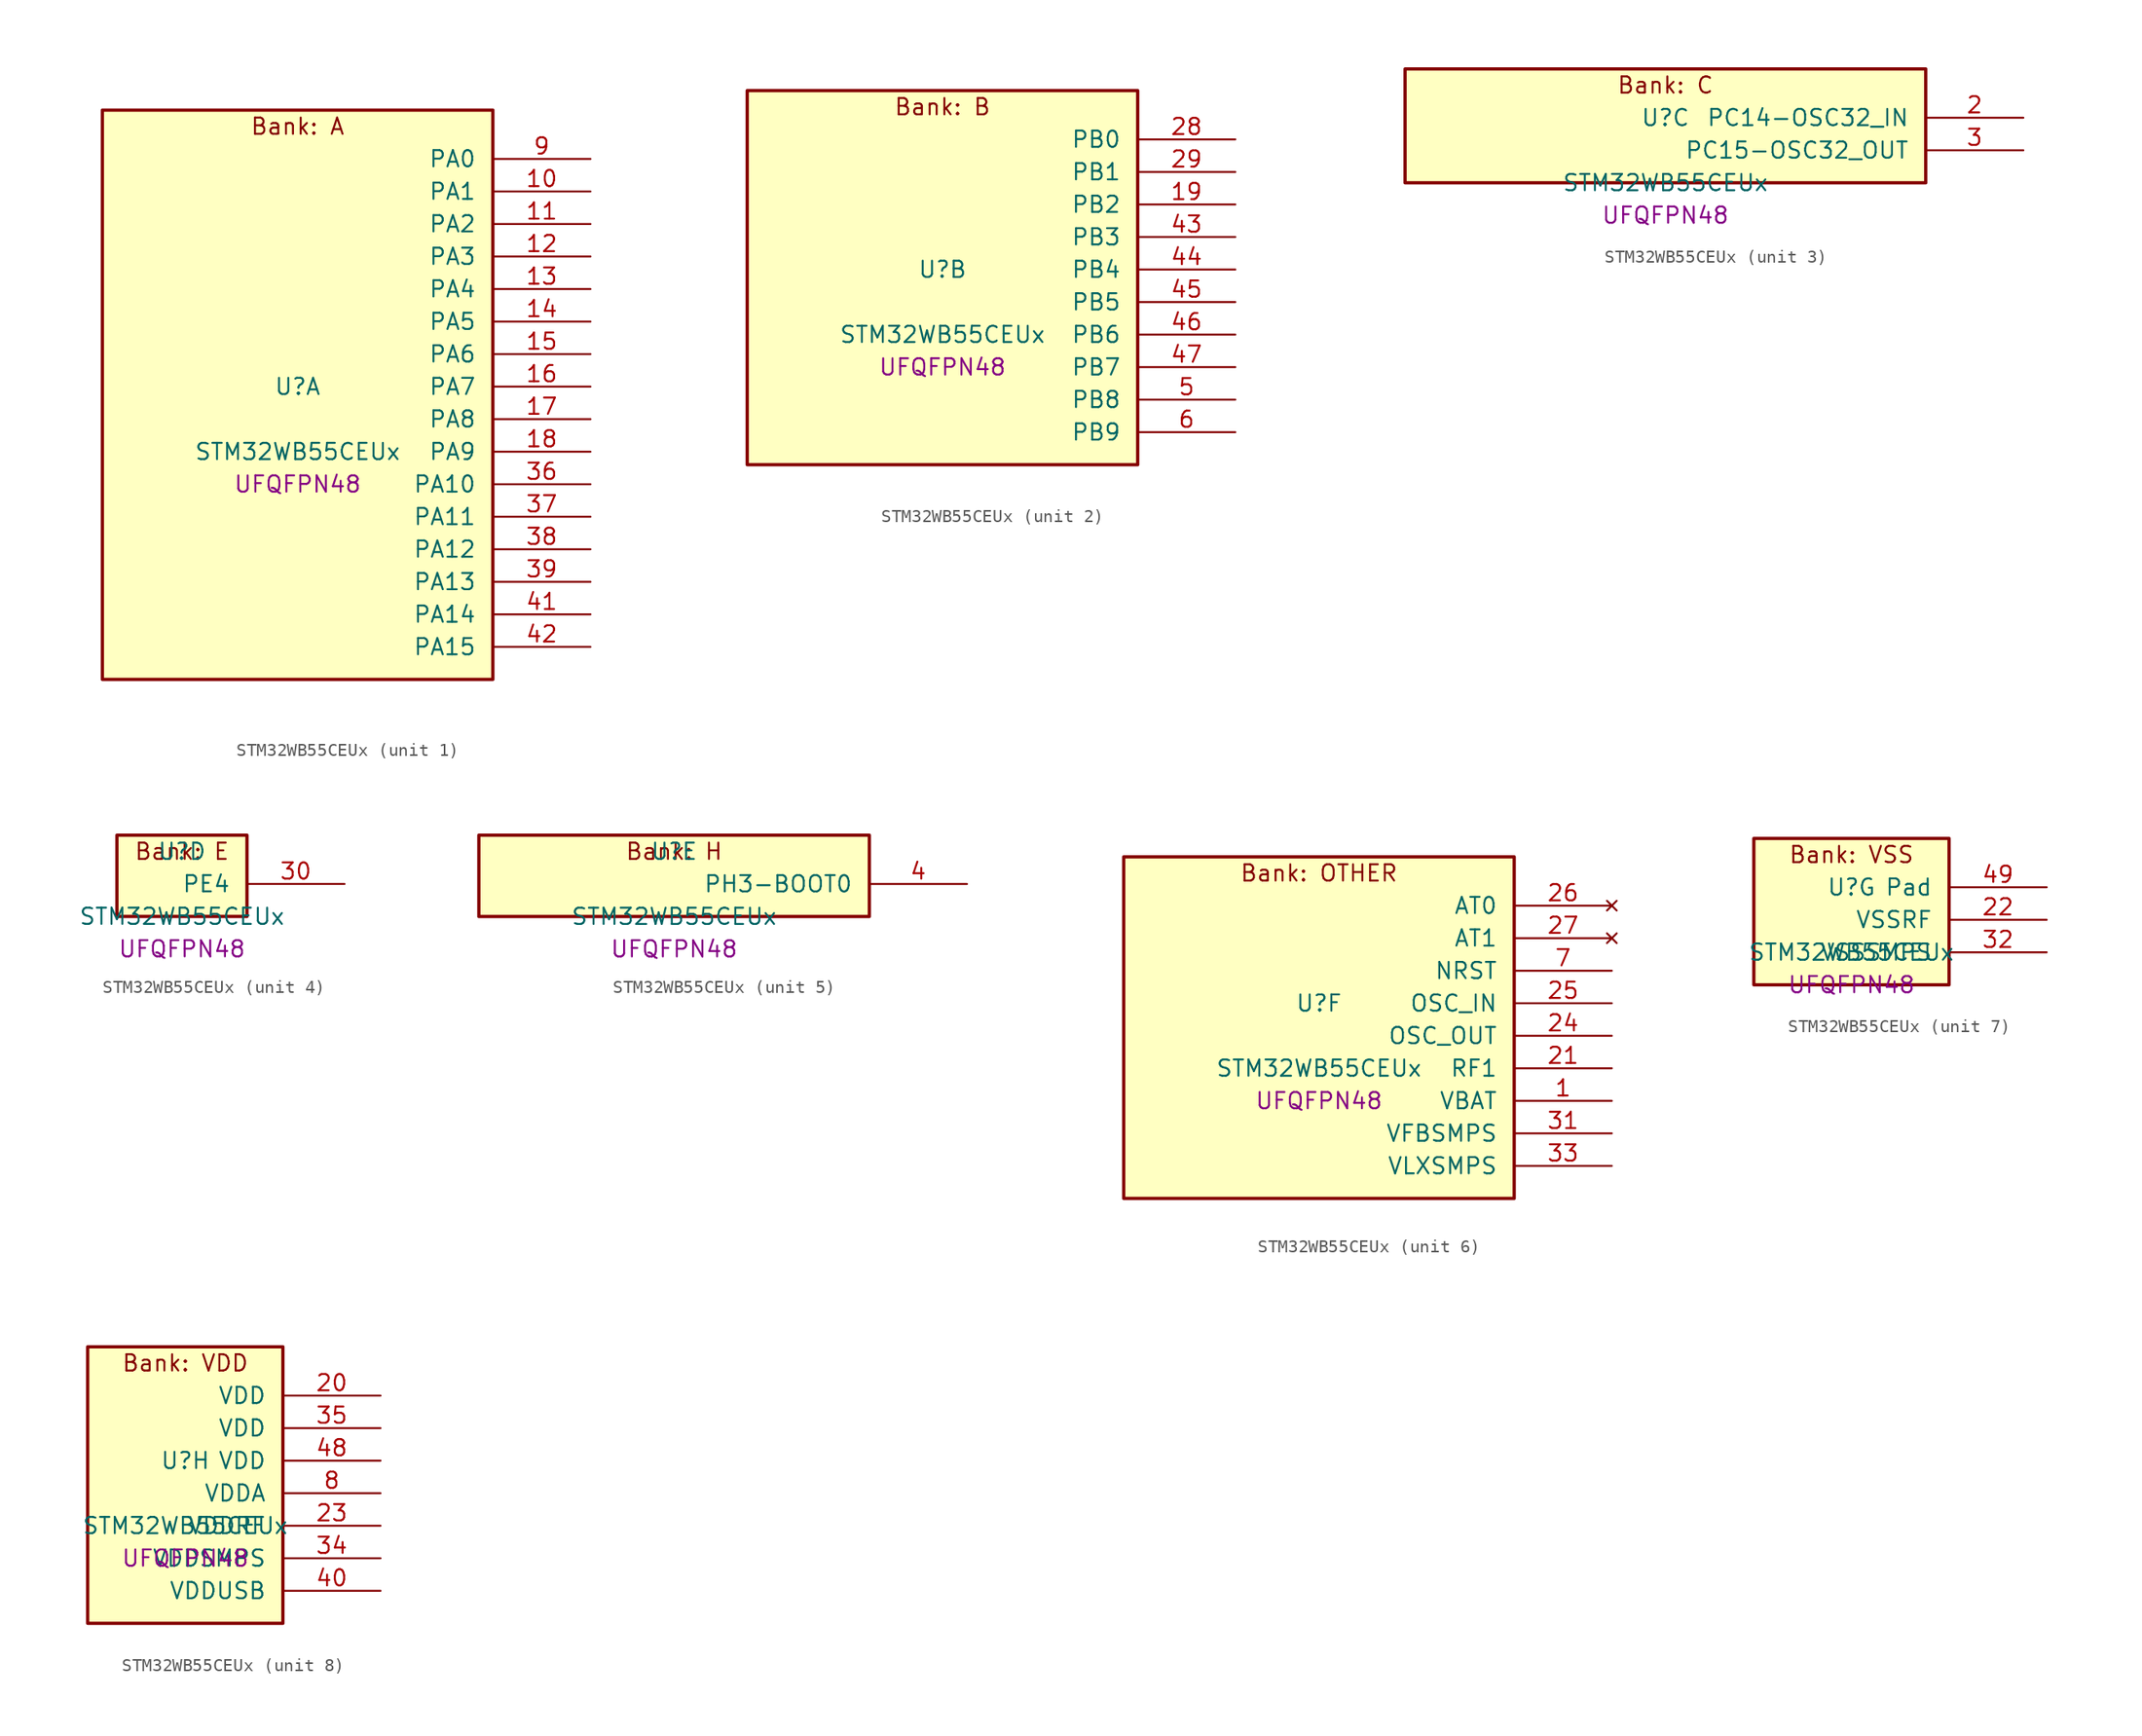
<source format=kicad_sym>
(kicad_symbol_lib
  (version 20241209)
  (generator "stm32_pkl_generator")
  (generator_version "1.0")
  (symbol "STM32WB55CEUx"
    (pin_names
      (offset 1.27))
    (property "Reference" "U"
      (at 0 2.54 0))
    (property "Value" "STM32WB55CEUx"
      (at 0 -2.54 0))
    (property "Footprint" "UFQFPN48"
      (at 0 -5.08 0))
    (symbol "STM32WB55CEUx_1_1"
      (rectangle (start -15.24 24.13) (end 15.24 -20.32) (stroke (width 0.254) (type solid)) (fill (type background)))
      (text "Bank: A" (at 0 22.86 0))
      (pin bidirectional line (at 22.86 20.32 180) (length 7.62) (name "PA0") (number "9") (alternate "PA0/ADC1_IN5" bidirectional line) (alternate "PA0/COMP1_INM" bidirectional line) (alternate "PA0/COMP1_OUT" bidirectional line) (alternate "PA0/RTC_TAMP2" bidirectional line) (alternate "PA0/SAI1_EXTCLK" bidirectional line) (alternate "PA0/SYS_WKUP1" bidirectional line) (alternate "PA0/TIM2_CH1" bidirectional line) (alternate "PA0/TIM2_ETR" bidirectional line))
      (pin bidirectional line (at 22.86 17.78 180) (length 7.62) (name "PA1") (number "10") (alternate "PA1/ADC1_IN6" bidirectional line) (alternate "PA1/COMP1_INP" bidirectional line) (alternate "PA1/I2C1_SMBA" bidirectional line) (alternate "PA1/LCD_SEG0" bidirectional line) (alternate "PA1/SPI1_SCK" bidirectional line) (alternate "PA1/TIM2_CH2" bidirectional line))
      (pin bidirectional line (at 22.86 15.24 180) (length 7.62) (name "PA2") (number "11") (alternate "PA2/ADC1_IN7" bidirectional line) (alternate "PA2/COMP2_INM" bidirectional line) (alternate "PA2/COMP2_OUT" bidirectional line) (alternate "PA2/LCD_SEG1" bidirectional line) (alternate "PA2/LPUART1_TX" bidirectional line) (alternate "PA2/QUADSPI_BK1_NCS" bidirectional line) (alternate "PA2/RCC_LSCO" bidirectional line) (alternate "PA2/SYS_WKUP4" bidirectional line) (alternate "PA2/TIM2_CH3" bidirectional line))
      (pin bidirectional line (at 22.86 12.7 180) (length 7.62) (name "PA3") (number "12") (alternate "PA3/ADC1_IN8" bidirectional line) (alternate "PA3/COMP2_INP" bidirectional line) (alternate "PA3/LCD_SEG2" bidirectional line) (alternate "PA3/LPUART1_RX" bidirectional line) (alternate "PA3/QUADSPI_CLK" bidirectional line) (alternate "PA3/SAI1_CK1" bidirectional line) (alternate "PA3/SAI1_MCLK_A" bidirectional line) (alternate "PA3/TIM2_CH4" bidirectional line))
      (pin bidirectional line (at 22.86 10.16 180) (length 7.62) (name "PA4") (number "13") (alternate "PA4/ADC1_IN9" bidirectional line) (alternate "PA4/COMP1_INM" bidirectional line) (alternate "PA4/COMP2_INM" bidirectional line) (alternate "PA4/LCD_SEG5" bidirectional line) (alternate "PA4/LPTIM2_OUT" bidirectional line) (alternate "PA4/SAI1_FS_B" bidirectional line) (alternate "PA4/SPI1_NSS" bidirectional line))
      (pin bidirectional line (at 22.86 7.62 180) (length 7.62) (name "PA5") (number "14") (alternate "PA5/ADC1_IN10" bidirectional line) (alternate "PA5/COMP1_INM" bidirectional line) (alternate "PA5/COMP2_INM" bidirectional line) (alternate "PA5/LPTIM2_ETR" bidirectional line) (alternate "PA5/SAI1_SD_B" bidirectional line) (alternate "PA5/SPI1_SCK" bidirectional line) (alternate "PA5/TIM2_CH1" bidirectional line) (alternate "PA5/TIM2_ETR" bidirectional line))
      (pin bidirectional line (at 22.86 5.08 180) (length 7.62) (name "PA6") (number "15") (alternate "PA6/ADC1_IN11" bidirectional line) (alternate "PA6/LCD_SEG3" bidirectional line) (alternate "PA6/LPUART1_CTS" bidirectional line) (alternate "PA6/QUADSPI_BK1_IO3" bidirectional line) (alternate "PA6/SPI1_MISO" bidirectional line) (alternate "PA6/TIM16_CH1" bidirectional line) (alternate "PA6/TIM1_BKIN" bidirectional line))
      (pin bidirectional line (at 22.86 2.54 180) (length 7.62) (name "PA7") (number "16") (alternate "PA7/ADC1_IN12" bidirectional line) (alternate "PA7/COMP2_OUT" bidirectional line) (alternate "PA7/I2C3_SCL" bidirectional line) (alternate "PA7/LCD_SEG4" bidirectional line) (alternate "PA7/QUADSPI_BK1_IO2" bidirectional line) (alternate "PA7/SPI1_MOSI" bidirectional line) (alternate "PA7/TIM17_CH1" bidirectional line) (alternate "PA7/TIM1_CH1N" bidirectional line))
      (pin bidirectional line (at 22.86 0 180) (length 7.62) (name "PA8") (number "17") (alternate "PA8/ADC1_IN15" bidirectional line) (alternate "PA8/LCD_COM0" bidirectional line) (alternate "PA8/LPTIM2_OUT" bidirectional line) (alternate "PA8/RCC_MCO" bidirectional line) (alternate "PA8/SAI1_CK2" bidirectional line) (alternate "PA8/SAI1_SCK_A" bidirectional line) (alternate "PA8/TIM1_CH1" bidirectional line) (alternate "PA8/USART1_CK" bidirectional line))
      (pin bidirectional line (at 22.86 -2.54 180) (length 7.62) (name "PA9") (number "18") (alternate "PA9/ADC1_IN16" bidirectional line) (alternate "PA9/COMP1_INM" bidirectional line) (alternate "PA9/I2C1_SCL" bidirectional line) (alternate "PA9/LCD_COM1" bidirectional line) (alternate "PA9/SAI1_D2" bidirectional line) (alternate "PA9/SAI1_FS_A" bidirectional line) (alternate "PA9/TIM1_CH2" bidirectional line) (alternate "PA9/USART1_TX" bidirectional line))
      (pin bidirectional line (at 22.86 -5.08 180) (length 7.62) (name "PA10") (number "36") (alternate "PA10/CRS_SYNC" bidirectional line) (alternate "PA10/I2C1_SDA" bidirectional line) (alternate "PA10/LCD_COM2" bidirectional line) (alternate "PA10/SAI1_D1" bidirectional line) (alternate "PA10/SAI1_SD_A" bidirectional line) (alternate "PA10/TIM17_BKIN" bidirectional line) (alternate "PA10/TIM1_CH3" bidirectional line) (alternate "PA10/USART1_RX" bidirectional line))
      (pin bidirectional line (at 22.86 -7.62 180) (length 7.62) (name "PA11") (number "37") (alternate "PA11/ADC1_EXTI11" bidirectional line) (alternate "PA11/SPI1_MISO" bidirectional line) (alternate "PA11/TIM1_BKIN2" bidirectional line) (alternate "PA11/TIM1_CH4" bidirectional line) (alternate "PA11/USART1_CTS" bidirectional line) (alternate "PA11/USART1_NSS" bidirectional line) (alternate "PA11/USB_DM" bidirectional line))
      (pin bidirectional line (at 22.86 -10.16 180) (length 7.62) (name "PA12") (number "38") (alternate "PA12/LPUART1_RX" bidirectional line) (alternate "PA12/SPI1_MOSI" bidirectional line) (alternate "PA12/TIM1_ETR" bidirectional line) (alternate "PA12/USART1_DE" bidirectional line) (alternate "PA12/USART1_RTS" bidirectional line) (alternate "PA12/USB_DP" bidirectional line))
      (pin bidirectional line (at 22.86 -12.7 180) (length 7.62) (name "PA13") (number "39") (alternate "PA13/IR_OUT" bidirectional line) (alternate "PA13/SAI1_SD_B" bidirectional line) (alternate "PA13/SYS_JTMS-SWDIO" bidirectional line) (alternate "PA13/USB_NOE" bidirectional line))
      (pin bidirectional line (at 22.86 -15.24 180) (length 7.62) (name "PA14") (number "41") (alternate "PA14/I2C1_SMBA" bidirectional line) (alternate "PA14/LCD_SEG5" bidirectional line) (alternate "PA14/LPTIM1_OUT" bidirectional line) (alternate "PA14/SAI1_FS_B" bidirectional line) (alternate "PA14/SYS_JTCK-SWCLK" bidirectional line))
      (pin bidirectional line (at 22.86 -17.78 180) (length 7.62) (name "PA15") (number "42") (alternate "PA15/ADC1_EXTI15" bidirectional line) (alternate "PA15/LCD_SEG17" bidirectional line) (alternate "PA15/RCC_MCO" bidirectional line) (alternate "PA15/SPI1_NSS" bidirectional line) (alternate "PA15/SYS_JTDI" bidirectional line) (alternate "PA15/TIM2_CH1" bidirectional line) (alternate "PA15/TIM2_ETR" bidirectional line)))
    (symbol "STM32WB55CEUx_2_1"
      (rectangle (start -15.24 16.51) (end 15.24 -12.7) (stroke (width 0.254) (type solid)) (fill (type background)))
      (text "Bank: B" (at 0 15.24 0))
      (pin bidirectional line (at 22.86 12.7 180) (length 7.62) (name "PB0") (number "28") (alternate "PB0/COMP1_OUT" bidirectional line) (alternate "PB0/RF_TX_MOD_EXT_PA" bidirectional line))
      (pin bidirectional line (at 22.86 10.16 180) (length 7.62) (name "PB1") (number "29") (alternate "PB1/LPTIM2_IN1" bidirectional line) (alternate "PB1/LPUART1_DE" bidirectional line) (alternate "PB1/LPUART1_RTS" bidirectional line))
      (pin bidirectional line (at 22.86 7.62 180) (length 7.62) (name "PB2") (number "19") (alternate "PB2/COMP1_INP" bidirectional line) (alternate "PB2/I2C3_SMBA" bidirectional line) (alternate "PB2/LCD_VLCD" bidirectional line) (alternate "PB2/LPTIM1_OUT" bidirectional line) (alternate "PB2/RTC_OUT2" bidirectional line) (alternate "PB2/SAI1_EXTCLK" bidirectional line) (alternate "PB2/SPI1_NSS" bidirectional line))
      (pin bidirectional line (at 22.86 5.08 180) (length 7.62) (name "PB3") (number "43") (alternate "PB3/COMP2_INM" bidirectional line) (alternate "PB3/LCD_SEG7" bidirectional line) (alternate "PB3/SAI1_SCK_B" bidirectional line) (alternate "PB3/SPI1_SCK" bidirectional line) (alternate "PB3/SYS_JTDO-SWO" bidirectional line) (alternate "PB3/TIM2_CH2" bidirectional line) (alternate "PB3/USART1_DE" bidirectional line) (alternate "PB3/USART1_RTS" bidirectional line))
      (pin bidirectional line (at 22.86 2.54 180) (length 7.62) (name "PB4") (number "44") (alternate "PB4/COMP2_INP" bidirectional line) (alternate "PB4/I2C3_SDA" bidirectional line) (alternate "PB4/LCD_SEG8" bidirectional line) (alternate "PB4/SAI1_MCLK_B" bidirectional line) (alternate "PB4/SPI1_MISO" bidirectional line) (alternate "PB4/SYS_JTRST" bidirectional line) (alternate "PB4/TIM17_BKIN" bidirectional line) (alternate "PB4/USART1_CTS" bidirectional line) (alternate "PB4/USART1_NSS" bidirectional line))
      (pin bidirectional line (at 22.86 0 180) (length 7.62) (name "PB5") (number "45") (alternate "PB5/COMP2_OUT" bidirectional line) (alternate "PB5/I2C1_SMBA" bidirectional line) (alternate "PB5/LCD_SEG9" bidirectional line) (alternate "PB5/LPTIM1_IN1" bidirectional line) (alternate "PB5/LPUART1_TX" bidirectional line) (alternate "PB5/SAI1_SD_B" bidirectional line) (alternate "PB5/SPI1_MOSI" bidirectional line) (alternate "PB5/TIM16_BKIN" bidirectional line) (alternate "PB5/USART1_CK" bidirectional line))
      (pin bidirectional line (at 22.86 -2.54 180) (length 7.62) (name "PB6") (number "46") (alternate "PB6/COMP2_INP" bidirectional line) (alternate "PB6/I2C1_SCL" bidirectional line) (alternate "PB6/LCD_SEG6" bidirectional line) (alternate "PB6/LPTIM1_ETR" bidirectional line) (alternate "PB6/RCC_MCO" bidirectional line) (alternate "PB6/SAI1_FS_B" bidirectional line) (alternate "PB6/TIM16_CH1N" bidirectional line) (alternate "PB6/USART1_TX" bidirectional line))
      (pin bidirectional line (at 22.86 -5.08 180) (length 7.62) (name "PB7") (number "47") (alternate "PB7/COMP2_INM" bidirectional line) (alternate "PB7/I2C1_SDA" bidirectional line) (alternate "PB7/LCD_SEG21" bidirectional line) (alternate "PB7/LPTIM1_IN2" bidirectional line) (alternate "PB7/SYS_PVD_IN" bidirectional line) (alternate "PB7/TIM17_CH1N" bidirectional line) (alternate "PB7/TIM1_BKIN" bidirectional line) (alternate "PB7/USART1_RX" bidirectional line))
      (pin bidirectional line (at 22.86 -7.62 180) (length 7.62) (name "PB8") (number "5") (alternate "PB8/I2C1_SCL" bidirectional line) (alternate "PB8/LCD_SEG16" bidirectional line) (alternate "PB8/QUADSPI_BK1_IO1" bidirectional line) (alternate "PB8/SAI1_CK1" bidirectional line) (alternate "PB8/SAI1_MCLK_A" bidirectional line) (alternate "PB8/TIM16_CH1" bidirectional line) (alternate "PB8/TIM1_CH2N" bidirectional line))
      (pin bidirectional line (at 22.86 -10.16 180) (length 7.62) (name "PB9") (number "6") (alternate "PB9/I2C1_SDA" bidirectional line) (alternate "PB9/IR_OUT" bidirectional line) (alternate "PB9/LCD_COM3" bidirectional line) (alternate "PB9/QUADSPI_BK1_IO0" bidirectional line) (alternate "PB9/SAI1_D2" bidirectional line) (alternate "PB9/SAI1_FS_A" bidirectional line) (alternate "PB9/TIM17_CH1" bidirectional line) (alternate "PB9/TIM1_CH3N" bidirectional line)))
    (symbol "STM32WB55CEUx_3_1"
      (rectangle (start -20.32 6.35) (end 20.32 -2.54) (stroke (width 0.254) (type solid)) (fill (type background)))
      (text "Bank: C" (at 0 5.08 0))
      (pin bidirectional line (at 27.94 2.54 180) (length 7.62) (name "PC14-OSC32_IN") (number "2") (alternate "PC14-OSC32_IN/RCC_OSC32_IN" bidirectional line))
      (pin bidirectional line (at 27.94 0 180) (length 7.62) (name "PC15-OSC32_OUT") (number "3") (alternate "PC15-OSC32_OUT/ADC1_EXTI15" bidirectional line) (alternate "PC15-OSC32_OUT/RCC_OSC32_OUT" bidirectional line)))
    (symbol "STM32WB55CEUx_4_1"
      (rectangle (start -5.08 3.81) (end 5.08 -2.54) (stroke (width 0.254) (type solid)) (fill (type background)))
      (text "Bank: E" (at 0 2.54 0))
      (pin bidirectional line (at 12.7 0 180) (length 7.62) (name "PE4") (number "30")))
    (symbol "STM32WB55CEUx_5_1"
      (rectangle (start -15.24 3.81) (end 15.24 -2.54) (stroke (width 0.254) (type solid)) (fill (type background)))
      (text "Bank: H" (at 0 2.54 0))
      (pin bidirectional line (at 22.86 0 180) (length 7.62) (name "PH3-BOOT0") (number "4") (alternate "PH3-BOOT0/RCC_LSCO" bidirectional line)))
    (symbol "STM32WB55CEUx_6_1"
      (rectangle (start -15.24 13.97) (end 15.24 -12.7) (stroke (width 0.254) (type solid)) (fill (type background)))
      (text "Bank: OTHER" (at 0 12.7 0))
      (pin no_connect line (at 22.86 10.16 180) (length 7.62) (name "AT0") (number "26"))
      (pin no_connect line (at 22.86 7.62 180) (length 7.62) (name "AT1") (number "27"))
      (pin input line (at 22.86 5.08 180) (length 7.62) (name "NRST") (number "7"))
      (pin bidirectional line (at 22.86 2.54 180) (length 7.62) (name "OSC_IN") (number "25") (alternate "OSC_IN/RCC_OSC_IN" bidirectional line))
      (pin bidirectional line (at 22.86 0 180) (length 7.62) (name "OSC_OUT") (number "24") (alternate "OSC_OUT/RCC_OSC_OUT" bidirectional line))
      (pin bidirectional line (at 22.86 -2.54 180) (length 7.62) (name "RF1") (number "21") (alternate "RF1/RF_RF1" bidirectional line))
      (pin power_in line (at 22.86 -5.08 180) (length 7.62) (name "VBAT") (number "1"))
      (pin power_in line (at 22.86 -7.62 180) (length 7.62) (name "VFBSMPS") (number "31"))
      (pin power_in line (at 22.86 -10.16 180) (length 7.62) (name "VLXSMPS") (number "33")))
    (symbol "STM32WB55CEUx_7_1"
      (rectangle (start -7.62 6.35) (end 7.62 -5.08) (stroke (width 0.254) (type solid)) (fill (type background)))
      (text "Bank: VSS" (at 0 5.08 0))
      (pin passive line (at 15.24 2.54 180) (length 7.62) (name "Pad") (number "49"))
      (pin power_in line (at 15.24 0 180) (length 7.62) (name "VSSRF") (number "22"))
      (pin power_in line (at 15.24 -2.54 180) (length 7.62) (name "VSSSMPS") (number "32")))
    (symbol "STM32WB55CEUx_8_1"
      (rectangle (start -7.62 11.43) (end 7.62 -10.16) (stroke (width 0.254) (type solid)) (fill (type background)))
      (text "Bank: VDD" (at 0 10.16 0))
      (pin power_in line (at 15.24 7.62 180) (length 7.62) (name "VDD") (number "20"))
      (pin power_in line (at 15.24 5.08 180) (length 7.62) (name "VDD") (number "35"))
      (pin power_in line (at 15.24 2.54 180) (length 7.62) (name "VDD") (number "48"))
      (pin power_in line (at 15.24 0 180) (length 7.62) (name "VDDA") (number "8"))
      (pin power_in line (at 15.24 -2.54 180) (length 7.62) (name "VDDRF") (number "23"))
      (pin power_in line (at 15.24 -5.08 180) (length 7.62) (name "VDDSMPS") (number "34"))
      (pin power_in line (at 15.24 -7.62 180) (length 7.62) (name "VDDUSB") (number "40")))))
</source>
